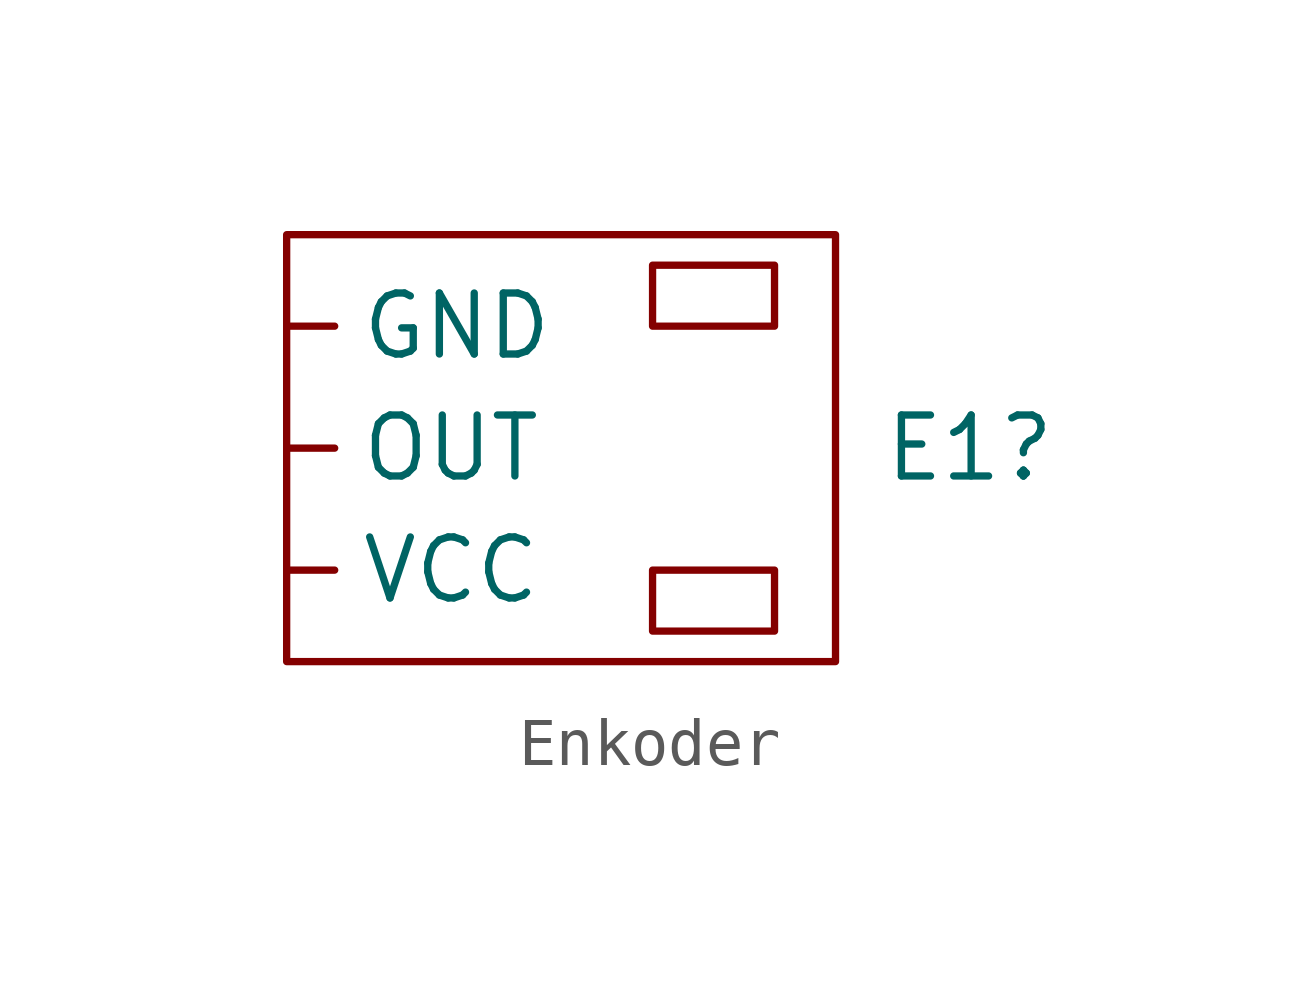
<source format=kicad_sym>
(kicad_symbol_lib
  (version 20241209)
  (generator "kicad_symbol_editor")
  (generator_version "9.0")
  (symbol "Enkoder"
    (property "Reference" "E1"
      (at 6.604 0 0)
      (effects (font (size 1.27 1.27))))
    (property "Value" ""
      (at 0 0 0)
      (effects (font (size 1.27 1.27))))
    (symbol "Enkoder_0_1"
      (rectangle (start -7.62 4.445) (end 3.81 -4.445) (stroke (width 0) (type default)) (fill (type none)))
      (rectangle (start 0 3.81) (end 2.54 2.54) (stroke (width 0) (type default)) (fill (type none)))
      (rectangle (start 0 -2.54) (end 2.54 -3.81) (stroke (width 0) (type default)) (fill (type none))))
    (symbol "Enkoder_1_1"
      (pin input line (at -7.62 2.54 0) (length 1) (name "GND" (effects (font (size 1.27 1.27)))) (number "" (effects (font (size 1.27 1.27)))))
      (pin output line (at -7.62 0 0) (length 1) (name "OUT" (effects (font (size 1.27 1.27)))) (number "" (effects (font (size 1.27 1.27)))))
      (pin power_in line (at -7.62 -2.54 0) (length 1) (name "VCC" (effects (font (size 1.27 1.27)))) (number "" (effects (font (size 1.27 1.27))))))))
</source>
